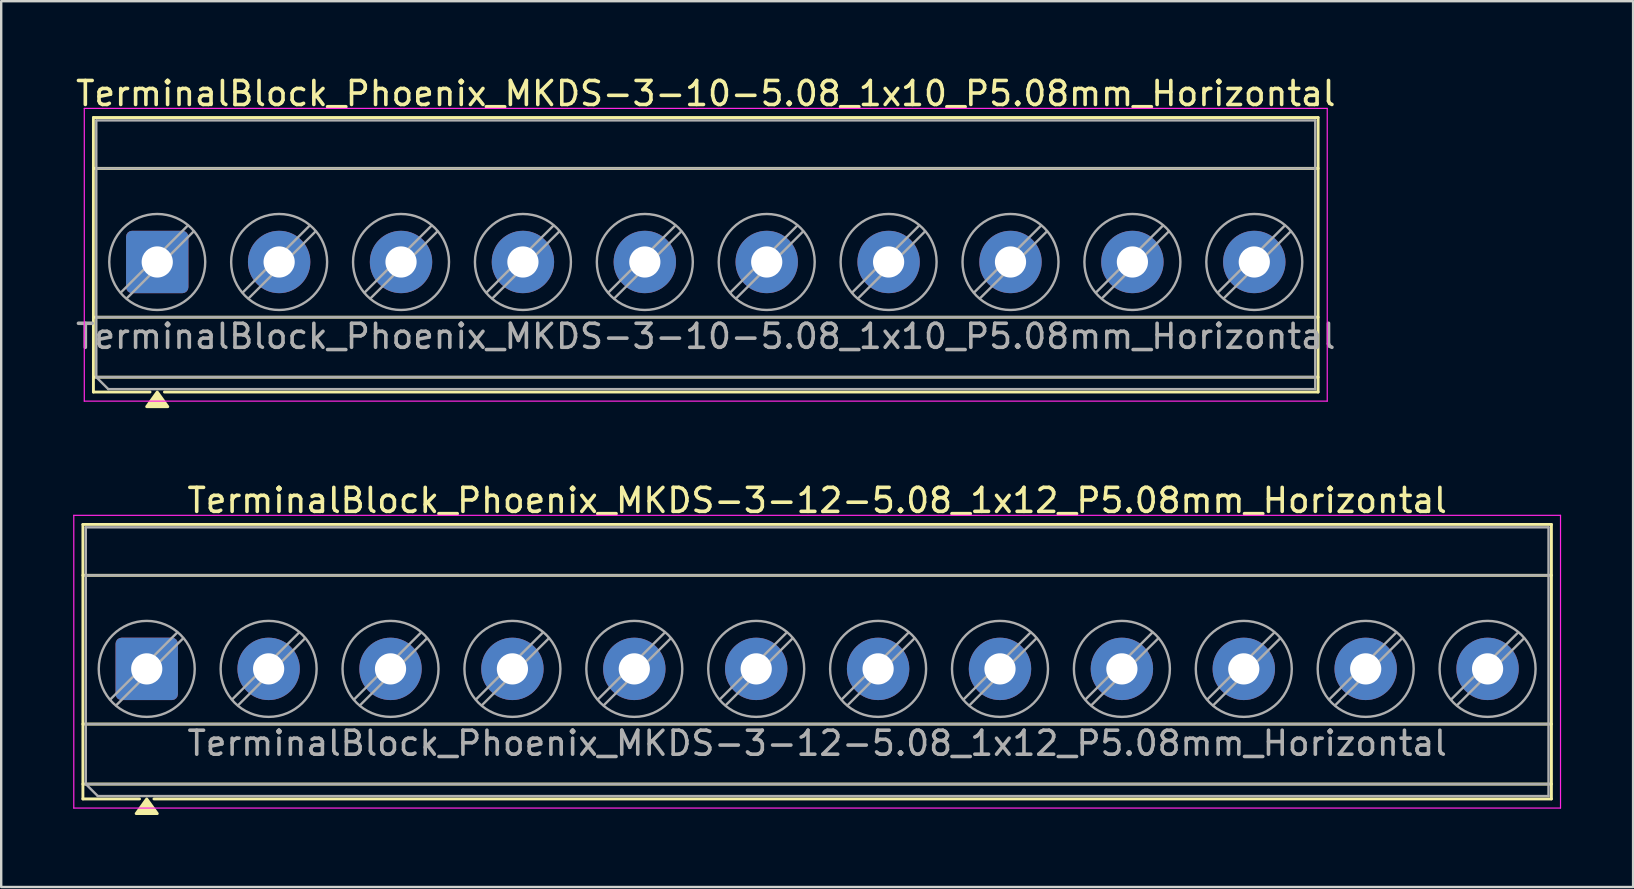
<source format=kicad_pcb>
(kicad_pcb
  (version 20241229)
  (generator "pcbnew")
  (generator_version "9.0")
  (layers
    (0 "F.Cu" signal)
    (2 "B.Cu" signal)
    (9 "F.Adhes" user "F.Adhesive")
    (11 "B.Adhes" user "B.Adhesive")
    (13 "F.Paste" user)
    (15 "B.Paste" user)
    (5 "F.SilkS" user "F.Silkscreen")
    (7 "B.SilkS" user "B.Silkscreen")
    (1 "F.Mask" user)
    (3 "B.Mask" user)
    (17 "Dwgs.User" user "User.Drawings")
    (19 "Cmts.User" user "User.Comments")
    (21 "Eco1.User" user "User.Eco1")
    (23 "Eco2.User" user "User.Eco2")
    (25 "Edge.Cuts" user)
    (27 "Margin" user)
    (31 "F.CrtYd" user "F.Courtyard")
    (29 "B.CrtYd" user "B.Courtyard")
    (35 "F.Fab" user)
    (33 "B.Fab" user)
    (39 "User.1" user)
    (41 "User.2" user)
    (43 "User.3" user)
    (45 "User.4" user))
  (footprint "TerminalBlock_Phoenix_MKDS-3-10-5.08_1x10_P5.08mm_Horizontal"
    (layer "F.Cu")
    (at 3.503 7.868)
    (property "Reference" "TerminalBlock_Phoenix_MKDS-3-10-5.08_1x10_P5.08mm_Horizontal" (at 22.86 -7.02 0) (layer "F.SilkS") (effects (font (size 1 1) (thickness 0.15))))
    (attr through_hole)
    (fp_line (start -2.66 -6.02) (end -2.66 5.42) (stroke (width 0.12) (type solid)) (layer "F.SilkS"))
    (fp_line (start -2.66 -6.02) (end 48.38 -6.02) (stroke (width 0.12) (type solid)) (layer "F.SilkS"))
    (fp_line (start -2.66 -3.9) (end 48.38 -3.9) (stroke (width 0.12) (type solid)) (layer "F.SilkS"))
    (fp_line (start -2.66 2.3) (end 48.38 2.3) (stroke (width 0.12) (type solid)) (layer "F.SilkS"))
    (fp_line (start -2.66 4.8) (end 48.38 4.8) (stroke (width 0.12) (type solid)) (layer "F.SilkS"))
    (fp_line (start -2.66 5.42) (end -0.3 5.42) (stroke (width 0.12) (type solid)) (layer "F.SilkS"))
    (fp_line (start 0.3 5.42) (end 48.38 5.42) (stroke (width 0.12) (type solid)) (layer "F.SilkS"))
    (fp_line (start 48.38 -6.02) (end 48.38 5.42) (stroke (width 0.12) (type solid)) (layer "F.SilkS"))
    (fp_poly (pts (xy 0 5.42) (xy 0.44 6.03) (xy -0.44 6.03)) (stroke (width 0.12) (type solid)) (fill yes) (layer "F.SilkS"))
    (fp_line (start -3.04 -6.4) (end -3.04 5.8) (stroke (width 0.05) (type solid)) (layer "F.CrtYd"))
    (fp_line (start -3.04 5.8) (end 48.76 5.8) (stroke (width 0.05) (type solid)) (layer "F.CrtYd"))
    (fp_line (start 48.76 -6.4) (end -3.04 -6.4) (stroke (width 0.05) (type solid)) (layer "F.CrtYd"))
    (fp_line (start 48.76 5.8) (end 48.76 -6.4) (stroke (width 0.05) (type solid)) (layer "F.CrtYd"))
    (fp_line (start -2.54 -5.9) (end 48.26 -5.9) (stroke (width 0.1) (type solid)) (layer "F.Fab"))
    (fp_line (start -2.54 -3.9) (end 48.26 -3.9) (stroke (width 0.1) (type solid)) (layer "F.Fab"))
    (fp_line (start -2.54 2.3) (end 48.26 2.3) (stroke (width 0.1) (type solid)) (layer "F.Fab"))
    (fp_line (start -2.54 4.8) (end -2.54 -5.9) (stroke (width 0.1) (type solid)) (layer "F.Fab"))
    (fp_line (start -2.54 4.8) (end 48.26 4.8) (stroke (width 0.1) (type solid)) (layer "F.Fab"))
    (fp_line (start -2.04 5.3) (end -2.54 4.8) (stroke (width 0.1) (type solid)) (layer "F.Fab"))
    (fp_line (start 1.273 -1.517) (end -1.517 1.272) (stroke (width 0.1) (type solid)) (layer "F.Fab"))
    (fp_line (start 1.517 -1.273) (end -1.273 1.517) (stroke (width 0.1) (type solid)) (layer "F.Fab"))
    (fp_line (start 6.353 -1.517) (end 3.563 1.272) (stroke (width 0.1) (type solid)) (layer "F.Fab"))
    (fp_line (start 6.597 -1.273) (end 3.807 1.517) (stroke (width 0.1) (type solid)) (layer "F.Fab"))
    (fp_line (start 11.433 -1.517) (end 8.643 1.272) (stroke (width 0.1) (type solid)) (layer "F.Fab"))
    (fp_line (start 11.677 -1.273) (end 8.887 1.517) (stroke (width 0.1) (type solid)) (layer "F.Fab"))
    (fp_line (start 16.513 -1.517) (end 13.723 1.272) (stroke (width 0.1) (type solid)) (layer "F.Fab"))
    (fp_line (start 16.757 -1.273) (end 13.967 1.517) (stroke (width 0.1) (type solid)) (layer "F.Fab"))
    (fp_line (start 21.593 -1.517) (end 18.803 1.272) (stroke (width 0.1) (type solid)) (layer "F.Fab"))
    (fp_line (start 21.837 -1.273) (end 19.047 1.517) (stroke (width 0.1) (type solid)) (layer "F.Fab"))
    (fp_line (start 26.673 -1.517) (end 23.883 1.272) (stroke (width 0.1) (type solid)) (layer "F.Fab"))
    (fp_line (start 26.917 -1.273) (end 24.127 1.517) (stroke (width 0.1) (type solid)) (layer "F.Fab"))
    (fp_line (start 31.753 -1.517) (end 28.963 1.272) (stroke (width 0.1) (type solid)) (layer "F.Fab"))
    (fp_line (start 31.997 -1.273) (end 29.207 1.517) (stroke (width 0.1) (type solid)) (layer "F.Fab"))
    (fp_line (start 36.833 -1.517) (end 34.043 1.272) (stroke (width 0.1) (type solid)) (layer "F.Fab"))
    (fp_line (start 37.077 -1.273) (end 34.287 1.517) (stroke (width 0.1) (type solid)) (layer "F.Fab"))
    (fp_line (start 41.913 -1.517) (end 39.123 1.272) (stroke (width 0.1) (type solid)) (layer "F.Fab"))
    (fp_line (start 42.157 -1.273) (end 39.367 1.517) (stroke (width 0.1) (type solid)) (layer "F.Fab"))
    (fp_line (start 46.993 -1.517) (end 44.203 1.272) (stroke (width 0.1) (type solid)) (layer "F.Fab"))
    (fp_line (start 47.237 -1.273) (end 44.447 1.517) (stroke (width 0.1) (type solid)) (layer "F.Fab"))
    (fp_line (start 48.26 -5.9) (end 48.26 5.3) (stroke (width 0.1) (type solid)) (layer "F.Fab"))
    (fp_line (start 48.26 5.3) (end -2.04 5.3) (stroke (width 0.1) (type solid)) (layer "F.Fab"))
    (fp_circle (center 0 0) (end 2 0) (stroke (width 0.1) (type solid)) (fill no) (layer "F.Fab"))
    (fp_circle (center 5.08 0) (end 7.08 0) (stroke (width 0.1) (type solid)) (fill no) (layer "F.Fab"))
    (fp_circle (center 10.16 0) (end 12.16 0) (stroke (width 0.1) (type solid)) (fill no) (layer "F.Fab"))
    (fp_circle (center 15.24 0) (end 17.24 0) (stroke (width 0.1) (type solid)) (fill no) (layer "F.Fab"))
    (fp_circle (center 20.32 0) (end 22.32 0) (stroke (width 0.1) (type solid)) (fill no) (layer "F.Fab"))
    (fp_circle (center 25.4 0) (end 27.4 0) (stroke (width 0.1) (type solid)) (fill no) (layer "F.Fab"))
    (fp_circle (center 30.48 0) (end 32.48 0) (stroke (width 0.1) (type solid)) (fill no) (layer "F.Fab"))
    (fp_circle (center 35.56 0) (end 37.56 0) (stroke (width 0.1) (type solid)) (fill no) (layer "F.Fab"))
    (fp_circle (center 40.64 0) (end 42.64 0) (stroke (width 0.1) (type solid)) (fill no) (layer "F.Fab"))
    (fp_circle (center 45.72 0) (end 47.72 0) (stroke (width 0.1) (type solid)) (fill no) (layer "F.Fab"))
    (fp_text user "${REFERENCE}" (at 22.86 3.1 0) (layer "F.Fab") (effects (font (size 1 1) (thickness 0.15))))
    (pad "1" thru_hole roundrect (at 0 0) (size 2.6 2.6) (drill 1.3) (layers "*.Cu" "*.Mask") (roundrect_rratio 0.096))
    (pad "2" thru_hole circle (at 5.08 0) (size 2.6 2.6) (drill 1.3) (layers "*.Cu" "*.Mask"))
    (pad "3" thru_hole circle (at 10.16 0) (size 2.6 2.6) (drill 1.3) (layers "*.Cu" "*.Mask"))
    (pad "4" thru_hole circle (at 15.24 0) (size 2.6 2.6) (drill 1.3) (layers "*.Cu" "*.Mask"))
    (pad "5" thru_hole circle (at 20.32 0) (size 2.6 2.6) (drill 1.3) (layers "*.Cu" "*.Mask"))
    (pad "6" thru_hole circle (at 25.4 0) (size 2.6 2.6) (drill 1.3) (layers "*.Cu" "*.Mask"))
    (pad "7" thru_hole circle (at 30.48 0) (size 2.6 2.6) (drill 1.3) (layers "*.Cu" "*.Mask"))
    (pad "8" thru_hole circle (at 35.56 0) (size 2.6 2.6) (drill 1.3) (layers "*.Cu" "*.Mask"))
    (pad "9" thru_hole circle (at 40.64 0) (size 2.6 2.6) (drill 1.3) (layers "*.Cu" "*.Mask"))
    (pad "10" thru_hole circle (at 45.72 0) (size 2.6 2.6) (drill 1.3) (layers "*.Cu" "*.Mask")))
  (footprint "TerminalBlock_Phoenix_MKDS-3-12-5.08_1x12_P5.08mm_Horizontal"
    (layer "F.Cu")
    (at 3.065 24.826)
    (property "Reference" "TerminalBlock_Phoenix_MKDS-3-12-5.08_1x12_P5.08mm_Horizontal" (at 27.94 -7.02 0) (layer "F.SilkS") (effects (font (size 1 1) (thickness 0.15))))
    (attr through_hole)
    (fp_line (start -2.66 -6.02) (end -2.66 5.42) (stroke (width 0.12) (type solid)) (layer "F.SilkS"))
    (fp_line (start -2.66 -6.02) (end 58.54 -6.02) (stroke (width 0.12) (type solid)) (layer "F.SilkS"))
    (fp_line (start -2.66 -3.9) (end 58.54 -3.9) (stroke (width 0.12) (type solid)) (layer "F.SilkS"))
    (fp_line (start -2.66 2.3) (end 58.54 2.3) (stroke (width 0.12) (type solid)) (layer "F.SilkS"))
    (fp_line (start -2.66 4.8) (end 58.54 4.8) (stroke (width 0.12) (type solid)) (layer "F.SilkS"))
    (fp_line (start -2.66 5.42) (end -0.3 5.42) (stroke (width 0.12) (type solid)) (layer "F.SilkS"))
    (fp_line (start 0.3 5.42) (end 58.54 5.42) (stroke (width 0.12) (type solid)) (layer "F.SilkS"))
    (fp_line (start 58.54 -6.02) (end 58.54 5.42) (stroke (width 0.12) (type solid)) (layer "F.SilkS"))
    (fp_poly (pts (xy 0 5.42) (xy 0.44 6.03) (xy -0.44 6.03)) (stroke (width 0.12) (type solid)) (fill yes) (layer "F.SilkS"))
    (fp_line (start -3.04 -6.4) (end -3.04 5.8) (stroke (width 0.05) (type solid)) (layer "F.CrtYd"))
    (fp_line (start -3.04 5.8) (end 58.92 5.8) (stroke (width 0.05) (type solid)) (layer "F.CrtYd"))
    (fp_line (start 58.92 -6.4) (end -3.04 -6.4) (stroke (width 0.05) (type solid)) (layer "F.CrtYd"))
    (fp_line (start 58.92 5.8) (end 58.92 -6.4) (stroke (width 0.05) (type solid)) (layer "F.CrtYd"))
    (fp_line (start -2.54 -5.9) (end 58.42 -5.9) (stroke (width 0.1) (type solid)) (layer "F.Fab"))
    (fp_line (start -2.54 -3.9) (end 58.42 -3.9) (stroke (width 0.1) (type solid)) (layer "F.Fab"))
    (fp_line (start -2.54 2.3) (end 58.42 2.3) (stroke (width 0.1) (type solid)) (layer "F.Fab"))
    (fp_line (start -2.54 4.8) (end -2.54 -5.9) (stroke (width 0.1) (type solid)) (layer "F.Fab"))
    (fp_line (start -2.54 4.8) (end 58.42 4.8) (stroke (width 0.1) (type solid)) (layer "F.Fab"))
    (fp_line (start -2.04 5.3) (end -2.54 4.8) (stroke (width 0.1) (type solid)) (layer "F.Fab"))
    (fp_line (start 1.273 -1.517) (end -1.517 1.272) (stroke (width 0.1) (type solid)) (layer "F.Fab"))
    (fp_line (start 1.517 -1.273) (end -1.273 1.517) (stroke (width 0.1) (type solid)) (layer "F.Fab"))
    (fp_line (start 6.353 -1.517) (end 3.563 1.272) (stroke (width 0.1) (type solid)) (layer "F.Fab"))
    (fp_line (start 6.597 -1.273) (end 3.807 1.517) (stroke (width 0.1) (type solid)) (layer "F.Fab"))
    (fp_line (start 11.433 -1.517) (end 8.643 1.272) (stroke (width 0.1) (type solid)) (layer "F.Fab"))
    (fp_line (start 11.677 -1.273) (end 8.887 1.517) (stroke (width 0.1) (type solid)) (layer "F.Fab"))
    (fp_line (start 16.513 -1.517) (end 13.723 1.272) (stroke (width 0.1) (type solid)) (layer "F.Fab"))
    (fp_line (start 16.757 -1.273) (end 13.967 1.517) (stroke (width 0.1) (type solid)) (layer "F.Fab"))
    (fp_line (start 21.593 -1.517) (end 18.803 1.272) (stroke (width 0.1) (type solid)) (layer "F.Fab"))
    (fp_line (start 21.837 -1.273) (end 19.047 1.517) (stroke (width 0.1) (type solid)) (layer "F.Fab"))
    (fp_line (start 26.673 -1.517) (end 23.883 1.272) (stroke (width 0.1) (type solid)) (layer "F.Fab"))
    (fp_line (start 26.917 -1.273) (end 24.127 1.517) (stroke (width 0.1) (type solid)) (layer "F.Fab"))
    (fp_line (start 31.753 -1.517) (end 28.963 1.272) (stroke (width 0.1) (type solid)) (layer "F.Fab"))
    (fp_line (start 31.997 -1.273) (end 29.207 1.517) (stroke (width 0.1) (type solid)) (layer "F.Fab"))
    (fp_line (start 36.833 -1.517) (end 34.043 1.272) (stroke (width 0.1) (type solid)) (layer "F.Fab"))
    (fp_line (start 37.077 -1.273) (end 34.287 1.517) (stroke (width 0.1) (type solid)) (layer "F.Fab"))
    (fp_line (start 41.913 -1.517) (end 39.123 1.272) (stroke (width 0.1) (type solid)) (layer "F.Fab"))
    (fp_line (start 42.157 -1.273) (end 39.367 1.517) (stroke (width 0.1) (type solid)) (layer "F.Fab"))
    (fp_line (start 46.993 -1.517) (end 44.203 1.272) (stroke (width 0.1) (type solid)) (layer "F.Fab"))
    (fp_line (start 47.237 -1.273) (end 44.447 1.517) (stroke (width 0.1) (type solid)) (layer "F.Fab"))
    (fp_line (start 52.073 -1.517) (end 49.283 1.272) (stroke (width 0.1) (type solid)) (layer "F.Fab"))
    (fp_line (start 52.317 -1.273) (end 49.527 1.517) (stroke (width 0.1) (type solid)) (layer "F.Fab"))
    (fp_line (start 57.153 -1.517) (end 54.363 1.272) (stroke (width 0.1) (type solid)) (layer "F.Fab"))
    (fp_line (start 57.397 -1.273) (end 54.607 1.517) (stroke (width 0.1) (type solid)) (layer "F.Fab"))
    (fp_line (start 58.42 -5.9) (end 58.42 5.3) (stroke (width 0.1) (type solid)) (layer "F.Fab"))
    (fp_line (start 58.42 5.3) (end -2.04 5.3) (stroke (width 0.1) (type solid)) (layer "F.Fab"))
    (fp_circle (center 0 0) (end 2 0) (stroke (width 0.1) (type solid)) (fill no) (layer "F.Fab"))
    (fp_circle (center 5.08 0) (end 7.08 0) (stroke (width 0.1) (type solid)) (fill no) (layer "F.Fab"))
    (fp_circle (center 10.16 0) (end 12.16 0) (stroke (width 0.1) (type solid)) (fill no) (layer "F.Fab"))
    (fp_circle (center 15.24 0) (end 17.24 0) (stroke (width 0.1) (type solid)) (fill no) (layer "F.Fab"))
    (fp_circle (center 20.32 0) (end 22.32 0) (stroke (width 0.1) (type solid)) (fill no) (layer "F.Fab"))
    (fp_circle (center 25.4 0) (end 27.4 0) (stroke (width 0.1) (type solid)) (fill no) (layer "F.Fab"))
    (fp_circle (center 30.48 0) (end 32.48 0) (stroke (width 0.1) (type solid)) (fill no) (layer "F.Fab"))
    (fp_circle (center 35.56 0) (end 37.56 0) (stroke (width 0.1) (type solid)) (fill no) (layer "F.Fab"))
    (fp_circle (center 40.64 0) (end 42.64 0) (stroke (width 0.1) (type solid)) (fill no) (layer "F.Fab"))
    (fp_circle (center 45.72 0) (end 47.72 0) (stroke (width 0.1) (type solid)) (fill no) (layer "F.Fab"))
    (fp_circle (center 50.8 0) (end 52.8 0) (stroke (width 0.1) (type solid)) (fill no) (layer "F.Fab"))
    (fp_circle (center 55.88 0) (end 57.88 0) (stroke (width 0.1) (type solid)) (fill no) (layer "F.Fab"))
    (fp_text user "${REFERENCE}" (at 27.94 3.1 0) (layer "F.Fab") (effects (font (size 1 1) (thickness 0.15))))
    (pad "1" thru_hole roundrect (at 0 0) (size 2.6 2.6) (drill 1.3) (layers "*.Cu" "*.Mask") (roundrect_rratio 0.096))
    (pad "2" thru_hole circle (at 5.08 0) (size 2.6 2.6) (drill 1.3) (layers "*.Cu" "*.Mask"))
    (pad "3" thru_hole circle (at 10.16 0) (size 2.6 2.6) (drill 1.3) (layers "*.Cu" "*.Mask"))
    (pad "4" thru_hole circle (at 15.24 0) (size 2.6 2.6) (drill 1.3) (layers "*.Cu" "*.Mask"))
    (pad "5" thru_hole circle (at 20.32 0) (size 2.6 2.6) (drill 1.3) (layers "*.Cu" "*.Mask"))
    (pad "6" thru_hole circle (at 25.4 0) (size 2.6 2.6) (drill 1.3) (layers "*.Cu" "*.Mask"))
    (pad "7" thru_hole circle (at 30.48 0) (size 2.6 2.6) (drill 1.3) (layers "*.Cu" "*.Mask"))
    (pad "8" thru_hole circle (at 35.56 0) (size 2.6 2.6) (drill 1.3) (layers "*.Cu" "*.Mask"))
    (pad "9" thru_hole circle (at 40.64 0) (size 2.6 2.6) (drill 1.3) (layers "*.Cu" "*.Mask"))
    (pad "10" thru_hole circle (at 45.72 0) (size 2.6 2.6) (drill 1.3) (layers "*.Cu" "*.Mask"))
    (pad "11" thru_hole circle (at 50.8 0) (size 2.6 2.6) (drill 1.3) (layers "*.Cu" "*.Mask"))
    (pad "12" thru_hole circle (at 55.88 0) (size 2.6 2.6) (drill 1.3) (layers "*.Cu" "*.Mask")))
  (gr_rect
    (start -3 -3)
    (end 65.01 33.916)
    (stroke (width 0.1) (type default))
    (fill no)
    (layer "Edge.Cuts")))
</source>
